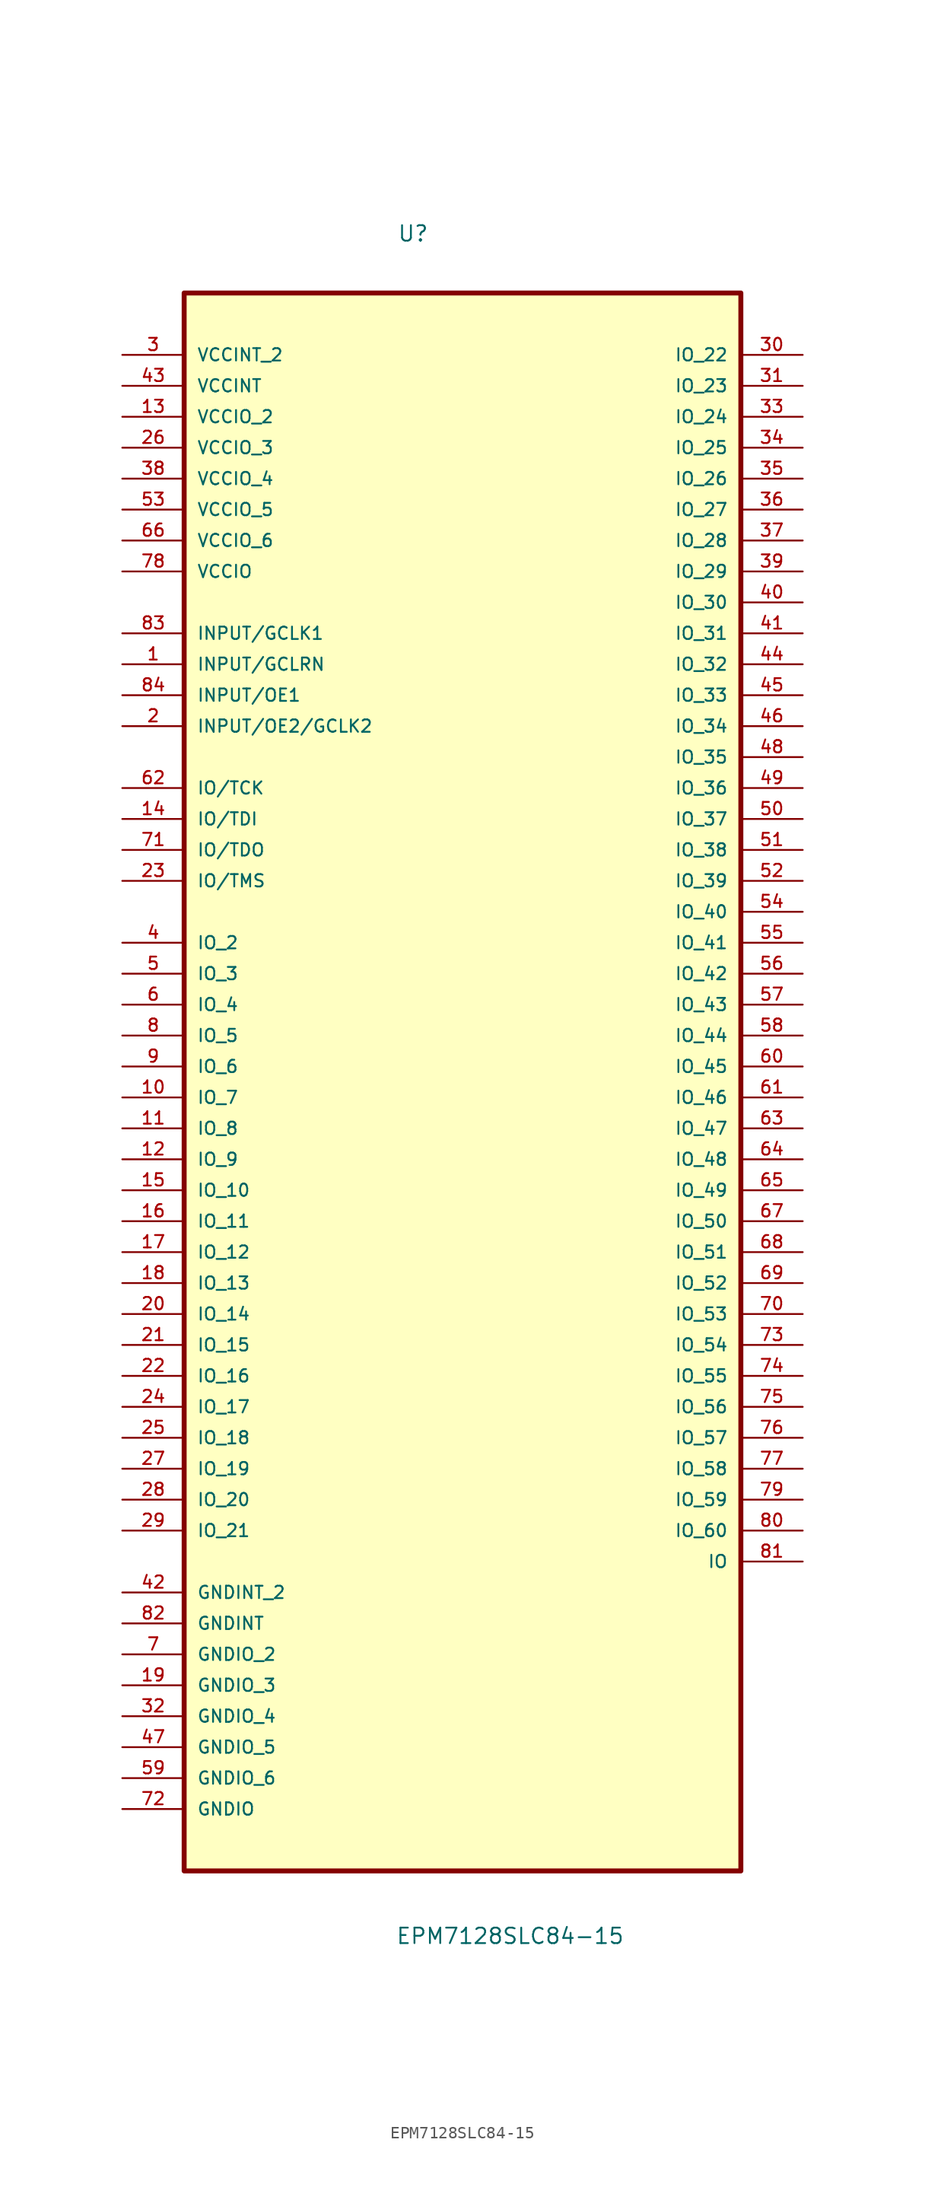
<source format=kicad_sym>
(kicad_symbol_lib
  (version 20211014)
  (generator kicad_symbol_editor)
  (symbol "EPM7128SLC84-15"
    (pin_names
      (offset 1.016))
    (property "Reference" "U"
      (at -5.367 65.094 0.0)
      (effects (font (size 1.27 1.27)) (justify bottom left)))
    (property "Value" "EPM7128SLC84-15"
      (at -5.497 -74.668 0.0)
      (effects (font (size 1.27 1.27)) (justify bottom left)))
    (symbol "EPM7128SLC84-15_0_0"
      (rectangle (start -22.86 -68.58) (end 22.86 60.96) (stroke (width 0.406)) (fill (type background)))
      (pin power_in line (at -27.94 55.88 0) (length 5.08) (name "VCCINT_2" (effects (font (size 1.016 1.016)))) (number "3" (effects (font (size 1.016 1.016)))))
      (pin power_in line (at -27.94 53.34 0) (length 5.08) (name "VCCINT" (effects (font (size 1.016 1.016)))) (number "43" (effects (font (size 1.016 1.016)))))
      (pin power_in line (at -27.94 50.8 0) (length 5.08) (name "VCCIO_2" (effects (font (size 1.016 1.016)))) (number "13" (effects (font (size 1.016 1.016)))))
      (pin power_in line (at -27.94 48.26 0) (length 5.08) (name "VCCIO_3" (effects (font (size 1.016 1.016)))) (number "26" (effects (font (size 1.016 1.016)))))
      (pin power_in line (at -27.94 45.72 0) (length 5.08) (name "VCCIO_4" (effects (font (size 1.016 1.016)))) (number "38" (effects (font (size 1.016 1.016)))))
      (pin power_in line (at -27.94 43.18 0) (length 5.08) (name "VCCIO_5" (effects (font (size 1.016 1.016)))) (number "53" (effects (font (size 1.016 1.016)))))
      (pin power_in line (at -27.94 40.64 0) (length 5.08) (name "VCCIO_6" (effects (font (size 1.016 1.016)))) (number "66" (effects (font (size 1.016 1.016)))))
      (pin power_in line (at -27.94 38.1 0) (length 5.08) (name "VCCIO" (effects (font (size 1.016 1.016)))) (number "78" (effects (font (size 1.016 1.016)))))
      (pin input line (at -27.94 33.02 0) (length 5.08) (name "INPUT/GCLK1" (effects (font (size 1.016 1.016)))) (number "83" (effects (font (size 1.016 1.016)))))
      (pin input line (at -27.94 30.48 0) (length 5.08) (name "INPUT/GCLRN" (effects (font (size 1.016 1.016)))) (number "1" (effects (font (size 1.016 1.016)))))
      (pin input line (at -27.94 27.94 0) (length 5.08) (name "INPUT/OE1" (effects (font (size 1.016 1.016)))) (number "84" (effects (font (size 1.016 1.016)))))
      (pin input line (at -27.94 25.4 0) (length 5.08) (name "INPUT/OE2/GCLK2" (effects (font (size 1.016 1.016)))) (number "2" (effects (font (size 1.016 1.016)))))
      (pin bidirectional line (at -27.94 20.32 0) (length 5.08) (name "IO/TCK" (effects (font (size 1.016 1.016)))) (number "62" (effects (font (size 1.016 1.016)))))
      (pin bidirectional line (at -27.94 17.78 0) (length 5.08) (name "IO/TDI" (effects (font (size 1.016 1.016)))) (number "14" (effects (font (size 1.016 1.016)))))
      (pin bidirectional line (at -27.94 15.24 0) (length 5.08) (name "IO/TDO" (effects (font (size 1.016 1.016)))) (number "71" (effects (font (size 1.016 1.016)))))
      (pin bidirectional line (at -27.94 12.7 0) (length 5.08) (name "IO/TMS" (effects (font (size 1.016 1.016)))) (number "23" (effects (font (size 1.016 1.016)))))
      (pin bidirectional line (at -27.94 7.62 0) (length 5.08) (name "IO_2" (effects (font (size 1.016 1.016)))) (number "4" (effects (font (size 1.016 1.016)))))
      (pin bidirectional line (at -27.94 5.08 0) (length 5.08) (name "IO_3" (effects (font (size 1.016 1.016)))) (number "5" (effects (font (size 1.016 1.016)))))
      (pin bidirectional line (at -27.94 2.54 0) (length 5.08) (name "IO_4" (effects (font (size 1.016 1.016)))) (number "6" (effects (font (size 1.016 1.016)))))
      (pin bidirectional line (at -27.94 0.0 0) (length 5.08) (name "IO_5" (effects (font (size 1.016 1.016)))) (number "8" (effects (font (size 1.016 1.016)))))
      (pin bidirectional line (at -27.94 -2.54 0) (length 5.08) (name "IO_6" (effects (font (size 1.016 1.016)))) (number "9" (effects (font (size 1.016 1.016)))))
      (pin bidirectional line (at -27.94 -5.08 0) (length 5.08) (name "IO_7" (effects (font (size 1.016 1.016)))) (number "10" (effects (font (size 1.016 1.016)))))
      (pin bidirectional line (at -27.94 -7.62 0) (length 5.08) (name "IO_8" (effects (font (size 1.016 1.016)))) (number "11" (effects (font (size 1.016 1.016)))))
      (pin bidirectional line (at -27.94 -10.16 0) (length 5.08) (name "IO_9" (effects (font (size 1.016 1.016)))) (number "12" (effects (font (size 1.016 1.016)))))
      (pin bidirectional line (at -27.94 -12.7 0) (length 5.08) (name "IO_10" (effects (font (size 1.016 1.016)))) (number "15" (effects (font (size 1.016 1.016)))))
      (pin bidirectional line (at -27.94 -15.24 0) (length 5.08) (name "IO_11" (effects (font (size 1.016 1.016)))) (number "16" (effects (font (size 1.016 1.016)))))
      (pin bidirectional line (at -27.94 -17.78 0) (length 5.08) (name "IO_12" (effects (font (size 1.016 1.016)))) (number "17" (effects (font (size 1.016 1.016)))))
      (pin bidirectional line (at -27.94 -20.32 0) (length 5.08) (name "IO_13" (effects (font (size 1.016 1.016)))) (number "18" (effects (font (size 1.016 1.016)))))
      (pin bidirectional line (at -27.94 -22.86 0) (length 5.08) (name "IO_14" (effects (font (size 1.016 1.016)))) (number "20" (effects (font (size 1.016 1.016)))))
      (pin bidirectional line (at -27.94 -25.4 0) (length 5.08) (name "IO_15" (effects (font (size 1.016 1.016)))) (number "21" (effects (font (size 1.016 1.016)))))
      (pin bidirectional line (at -27.94 -27.94 0) (length 5.08) (name "IO_16" (effects (font (size 1.016 1.016)))) (number "22" (effects (font (size 1.016 1.016)))))
      (pin bidirectional line (at -27.94 -30.48 0) (length 5.08) (name "IO_17" (effects (font (size 1.016 1.016)))) (number "24" (effects (font (size 1.016 1.016)))))
      (pin bidirectional line (at -27.94 -33.02 0) (length 5.08) (name "IO_18" (effects (font (size 1.016 1.016)))) (number "25" (effects (font (size 1.016 1.016)))))
      (pin bidirectional line (at -27.94 -35.56 0) (length 5.08) (name "IO_19" (effects (font (size 1.016 1.016)))) (number "27" (effects (font (size 1.016 1.016)))))
      (pin bidirectional line (at -27.94 -38.1 0) (length 5.08) (name "IO_20" (effects (font (size 1.016 1.016)))) (number "28" (effects (font (size 1.016 1.016)))))
      (pin bidirectional line (at -27.94 -40.64 0) (length 5.08) (name "IO_21" (effects (font (size 1.016 1.016)))) (number "29" (effects (font (size 1.016 1.016)))))
      (pin passive line (at -27.94 -45.72 0) (length 5.08) (name "GNDINT_2" (effects (font (size 1.016 1.016)))) (number "42" (effects (font (size 1.016 1.016)))))
      (pin passive line (at -27.94 -48.26 0) (length 5.08) (name "GNDINT" (effects (font (size 1.016 1.016)))) (number "82" (effects (font (size 1.016 1.016)))))
      (pin passive line (at -27.94 -50.8 0) (length 5.08) (name "GNDIO_2" (effects (font (size 1.016 1.016)))) (number "7" (effects (font (size 1.016 1.016)))))
      (pin passive line (at -27.94 -53.34 0) (length 5.08) (name "GNDIO_3" (effects (font (size 1.016 1.016)))) (number "19" (effects (font (size 1.016 1.016)))))
      (pin passive line (at -27.94 -55.88 0) (length 5.08) (name "GNDIO_4" (effects (font (size 1.016 1.016)))) (number "32" (effects (font (size 1.016 1.016)))))
      (pin passive line (at -27.94 -58.42 0) (length 5.08) (name "GNDIO_5" (effects (font (size 1.016 1.016)))) (number "47" (effects (font (size 1.016 1.016)))))
      (pin passive line (at -27.94 -60.96 0) (length 5.08) (name "GNDIO_6" (effects (font (size 1.016 1.016)))) (number "59" (effects (font (size 1.016 1.016)))))
      (pin passive line (at -27.94 -63.5 0) (length 5.08) (name "GNDIO" (effects (font (size 1.016 1.016)))) (number "72" (effects (font (size 1.016 1.016)))))
      (pin bidirectional line (at 27.94 55.88 180.0) (length 5.08) (name "IO_22" (effects (font (size 1.016 1.016)))) (number "30" (effects (font (size 1.016 1.016)))))
      (pin bidirectional line (at 27.94 53.34 180.0) (length 5.08) (name "IO_23" (effects (font (size 1.016 1.016)))) (number "31" (effects (font (size 1.016 1.016)))))
      (pin bidirectional line (at 27.94 50.8 180.0) (length 5.08) (name "IO_24" (effects (font (size 1.016 1.016)))) (number "33" (effects (font (size 1.016 1.016)))))
      (pin bidirectional line (at 27.94 48.26 180.0) (length 5.08) (name "IO_25" (effects (font (size 1.016 1.016)))) (number "34" (effects (font (size 1.016 1.016)))))
      (pin bidirectional line (at 27.94 45.72 180.0) (length 5.08) (name "IO_26" (effects (font (size 1.016 1.016)))) (number "35" (effects (font (size 1.016 1.016)))))
      (pin bidirectional line (at 27.94 43.18 180.0) (length 5.08) (name "IO_27" (effects (font (size 1.016 1.016)))) (number "36" (effects (font (size 1.016 1.016)))))
      (pin bidirectional line (at 27.94 40.64 180.0) (length 5.08) (name "IO_28" (effects (font (size 1.016 1.016)))) (number "37" (effects (font (size 1.016 1.016)))))
      (pin bidirectional line (at 27.94 38.1 180.0) (length 5.08) (name "IO_29" (effects (font (size 1.016 1.016)))) (number "39" (effects (font (size 1.016 1.016)))))
      (pin bidirectional line (at 27.94 35.56 180.0) (length 5.08) (name "IO_30" (effects (font (size 1.016 1.016)))) (number "40" (effects (font (size 1.016 1.016)))))
      (pin bidirectional line (at 27.94 33.02 180.0) (length 5.08) (name "IO_31" (effects (font (size 1.016 1.016)))) (number "41" (effects (font (size 1.016 1.016)))))
      (pin bidirectional line (at 27.94 30.48 180.0) (length 5.08) (name "IO_32" (effects (font (size 1.016 1.016)))) (number "44" (effects (font (size 1.016 1.016)))))
      (pin bidirectional line (at 27.94 27.94 180.0) (length 5.08) (name "IO_33" (effects (font (size 1.016 1.016)))) (number "45" (effects (font (size 1.016 1.016)))))
      (pin bidirectional line (at 27.94 25.4 180.0) (length 5.08) (name "IO_34" (effects (font (size 1.016 1.016)))) (number "46" (effects (font (size 1.016 1.016)))))
      (pin bidirectional line (at 27.94 22.86 180.0) (length 5.08) (name "IO_35" (effects (font (size 1.016 1.016)))) (number "48" (effects (font (size 1.016 1.016)))))
      (pin bidirectional line (at 27.94 20.32 180.0) (length 5.08) (name "IO_36" (effects (font (size 1.016 1.016)))) (number "49" (effects (font (size 1.016 1.016)))))
      (pin bidirectional line (at 27.94 17.78 180.0) (length 5.08) (name "IO_37" (effects (font (size 1.016 1.016)))) (number "50" (effects (font (size 1.016 1.016)))))
      (pin bidirectional line (at 27.94 15.24 180.0) (length 5.08) (name "IO_38" (effects (font (size 1.016 1.016)))) (number "51" (effects (font (size 1.016 1.016)))))
      (pin bidirectional line (at 27.94 12.7 180.0) (length 5.08) (name "IO_39" (effects (font (size 1.016 1.016)))) (number "52" (effects (font (size 1.016 1.016)))))
      (pin bidirectional line (at 27.94 10.16 180.0) (length 5.08) (name "IO_40" (effects (font (size 1.016 1.016)))) (number "54" (effects (font (size 1.016 1.016)))))
      (pin bidirectional line (at 27.94 7.62 180.0) (length 5.08) (name "IO_41" (effects (font (size 1.016 1.016)))) (number "55" (effects (font (size 1.016 1.016)))))
      (pin bidirectional line (at 27.94 5.08 180.0) (length 5.08) (name "IO_42" (effects (font (size 1.016 1.016)))) (number "56" (effects (font (size 1.016 1.016)))))
      (pin bidirectional line (at 27.94 2.54 180.0) (length 5.08) (name "IO_43" (effects (font (size 1.016 1.016)))) (number "57" (effects (font (size 1.016 1.016)))))
      (pin bidirectional line (at 27.94 0.0 180.0) (length 5.08) (name "IO_44" (effects (font (size 1.016 1.016)))) (number "58" (effects (font (size 1.016 1.016)))))
      (pin bidirectional line (at 27.94 -2.54 180.0) (length 5.08) (name "IO_45" (effects (font (size 1.016 1.016)))) (number "60" (effects (font (size 1.016 1.016)))))
      (pin bidirectional line (at 27.94 -5.08 180.0) (length 5.08) (name "IO_46" (effects (font (size 1.016 1.016)))) (number "61" (effects (font (size 1.016 1.016)))))
      (pin bidirectional line (at 27.94 -7.62 180.0) (length 5.08) (name "IO_47" (effects (font (size 1.016 1.016)))) (number "63" (effects (font (size 1.016 1.016)))))
      (pin bidirectional line (at 27.94 -10.16 180.0) (length 5.08) (name "IO_48" (effects (font (size 1.016 1.016)))) (number "64" (effects (font (size 1.016 1.016)))))
      (pin bidirectional line (at 27.94 -12.7 180.0) (length 5.08) (name "IO_49" (effects (font (size 1.016 1.016)))) (number "65" (effects (font (size 1.016 1.016)))))
      (pin bidirectional line (at 27.94 -15.24 180.0) (length 5.08) (name "IO_50" (effects (font (size 1.016 1.016)))) (number "67" (effects (font (size 1.016 1.016)))))
      (pin bidirectional line (at 27.94 -17.78 180.0) (length 5.08) (name "IO_51" (effects (font (size 1.016 1.016)))) (number "68" (effects (font (size 1.016 1.016)))))
      (pin bidirectional line (at 27.94 -20.32 180.0) (length 5.08) (name "IO_52" (effects (font (size 1.016 1.016)))) (number "69" (effects (font (size 1.016 1.016)))))
      (pin bidirectional line (at 27.94 -22.86 180.0) (length 5.08) (name "IO_53" (effects (font (size 1.016 1.016)))) (number "70" (effects (font (size 1.016 1.016)))))
      (pin bidirectional line (at 27.94 -25.4 180.0) (length 5.08) (name "IO_54" (effects (font (size 1.016 1.016)))) (number "73" (effects (font (size 1.016 1.016)))))
      (pin bidirectional line (at 27.94 -27.94 180.0) (length 5.08) (name "IO_55" (effects (font (size 1.016 1.016)))) (number "74" (effects (font (size 1.016 1.016)))))
      (pin bidirectional line (at 27.94 -30.48 180.0) (length 5.08) (name "IO_56" (effects (font (size 1.016 1.016)))) (number "75" (effects (font (size 1.016 1.016)))))
      (pin bidirectional line (at 27.94 -33.02 180.0) (length 5.08) (name "IO_57" (effects (font (size 1.016 1.016)))) (number "76" (effects (font (size 1.016 1.016)))))
      (pin bidirectional line (at 27.94 -35.56 180.0) (length 5.08) (name "IO_58" (effects (font (size 1.016 1.016)))) (number "77" (effects (font (size 1.016 1.016)))))
      (pin bidirectional line (at 27.94 -38.1 180.0) (length 5.08) (name "IO_59" (effects (font (size 1.016 1.016)))) (number "79" (effects (font (size 1.016 1.016)))))
      (pin bidirectional line (at 27.94 -40.64 180.0) (length 5.08) (name "IO_60" (effects (font (size 1.016 1.016)))) (number "80" (effects (font (size 1.016 1.016)))))
      (pin bidirectional line (at 27.94 -43.18 180.0) (length 5.08) (name "IO" (effects (font (size 1.016 1.016)))) (number "81" (effects (font (size 1.016 1.016))))))))
</source>
